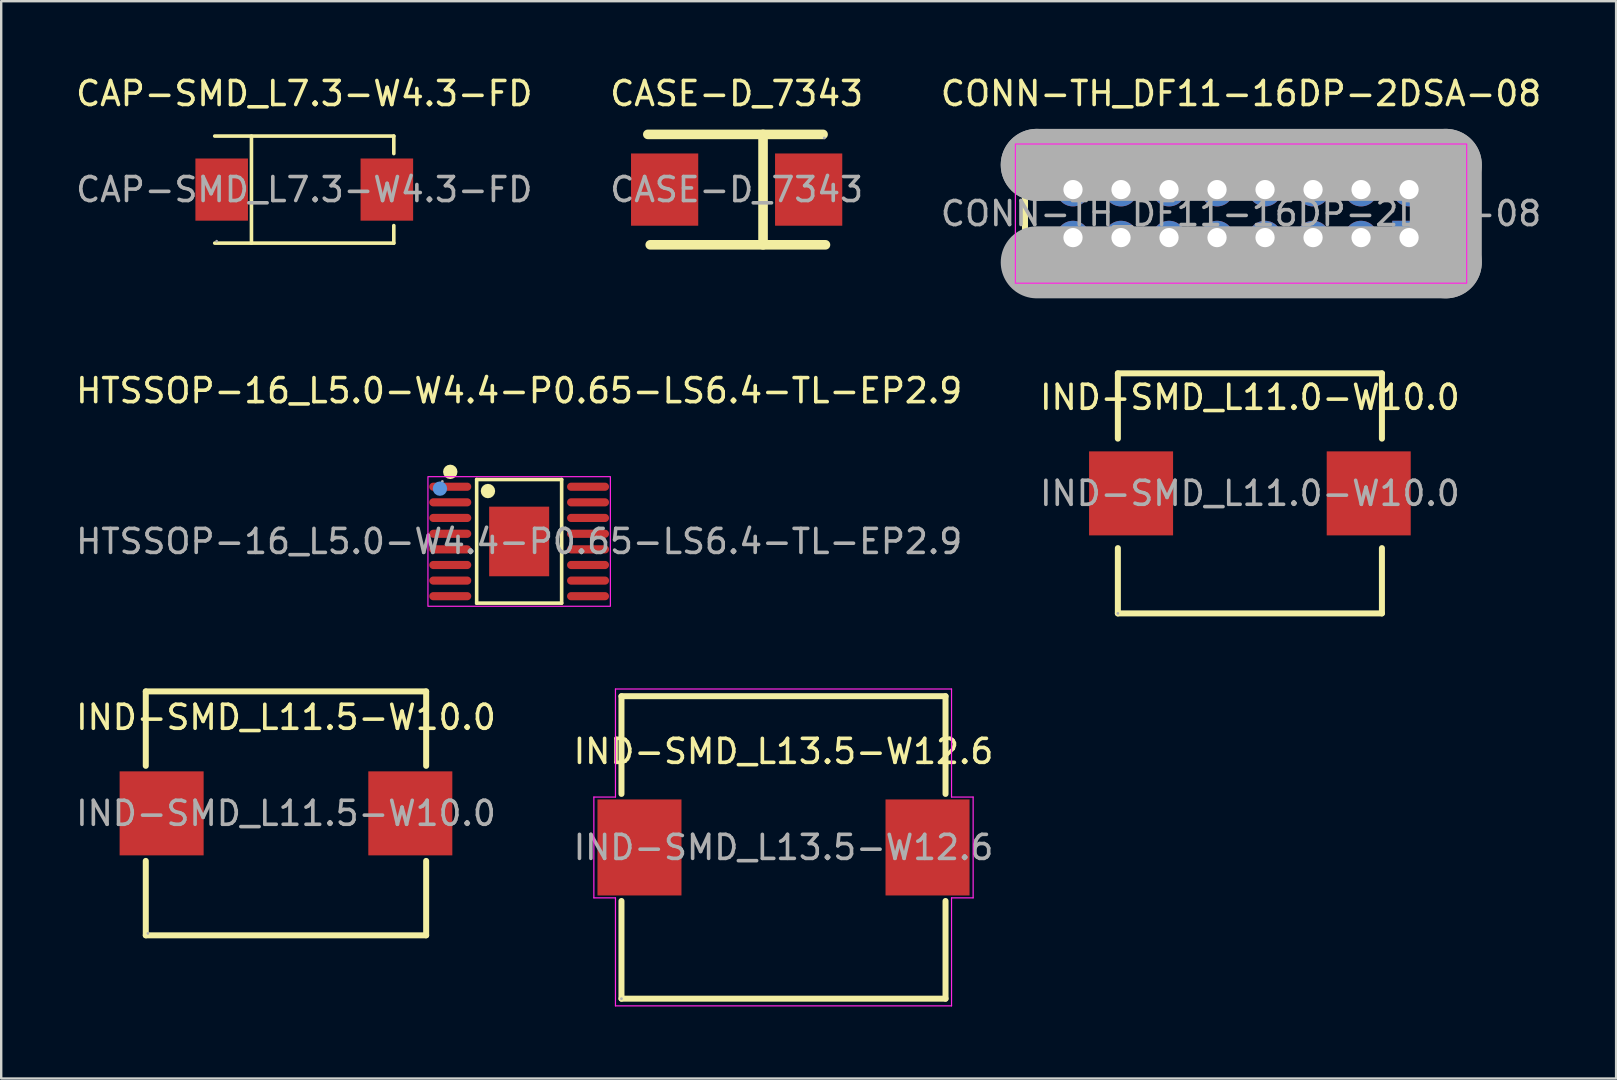
<source format=kicad_pcb>
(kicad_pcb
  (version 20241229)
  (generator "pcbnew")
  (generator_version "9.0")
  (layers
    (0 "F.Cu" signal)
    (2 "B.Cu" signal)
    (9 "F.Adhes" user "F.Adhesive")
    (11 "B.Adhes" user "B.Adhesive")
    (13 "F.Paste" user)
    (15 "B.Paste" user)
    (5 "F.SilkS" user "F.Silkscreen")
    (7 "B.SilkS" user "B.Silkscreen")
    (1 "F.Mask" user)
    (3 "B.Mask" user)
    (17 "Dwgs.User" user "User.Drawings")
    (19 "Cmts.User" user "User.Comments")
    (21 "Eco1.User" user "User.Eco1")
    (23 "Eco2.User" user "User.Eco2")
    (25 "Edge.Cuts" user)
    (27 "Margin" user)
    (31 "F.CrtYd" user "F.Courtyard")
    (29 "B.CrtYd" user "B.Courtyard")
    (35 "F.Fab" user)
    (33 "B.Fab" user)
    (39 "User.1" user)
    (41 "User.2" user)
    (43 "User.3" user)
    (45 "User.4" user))
  (footprint "CASE-D_7343"
    (layer "F.Cu")
    (at 27.637 4.848)
    (property "Reference" "CASE-D_7343" (at 0 -4 0) (layer "F.SilkS") (effects (font (size 1 1) (thickness 0.15))))
    (attr smd)
    (fp_line (start -3.7 -2.3) (end 3.6 -2.3) (stroke (width 0.4) (type solid)) (layer "F.SilkS"))
    (fp_line (start 1.1 2.3) (end 1.1 -2.3) (stroke (width 0.4) (type solid)) (layer "F.SilkS"))
    (fp_line (start 3.7 2.3) (end -3.6 2.3) (stroke (width 0.4) (type solid)) (layer "F.SilkS"))
    (fp_circle (center 3.65 -2.15) (end 3.68 -2.15) (stroke (width 0.06) (type solid)) (fill no) (layer "F.Fab"))
    (fp_text user "${REFERENCE}" (at 0 0 0) (layer "F.Fab") (effects (font (size 1 1) (thickness 0.15))))
    (pad "1" smd rect (at 3 0 180) (size 2.8 3.01) (layers "F.Cu" "F.Mask" "F.Paste"))
    (pad "2" smd rect (at -3 0 180) (size 2.8 3.01) (layers "F.Cu" "F.Mask" "F.Paste")))
  (footprint "IND-SMD_L13.5-W12.6"
    (layer "F.Cu")
    (at 29.589 32.253)
    (property "Reference" "IND-SMD_L13.5-W12.6" (at 0 -4 0) (layer "F.SilkS") (effects (font (size 1 1) (thickness 0.15))))
    (attr smd)
    (fp_line (start -6.75 -6.3) (end 6.75 -6.3) (stroke (width 0.25) (type solid)) (layer "F.SilkS"))
    (fp_line (start -6.75 -2.23) (end -6.75 -6.3) (stroke (width 0.25) (type solid)) (layer "F.SilkS"))
    (fp_line (start -6.75 6.3) (end -6.75 2.23) (stroke (width 0.25) (type solid)) (layer "F.SilkS"))
    (fp_line (start 6.75 -2.23) (end 6.75 -6.3) (stroke (width 0.25) (type solid)) (layer "F.SilkS"))
    (fp_line (start 6.75 6.3) (end -6.75 6.3) (stroke (width 0.25) (type solid)) (layer "F.SilkS"))
    (fp_line (start 6.75 6.3) (end 6.75 2.23) (stroke (width 0.25) (type solid)) (layer "F.SilkS"))
    (fp_line (start -7.9 -2.1) (end -7 -2.1) (stroke (width 0.05) (type default)) (layer "F.CrtYd"))
    (fp_line (start -7.9 2.1) (end -7.9 -2.1) (stroke (width 0.05) (type default)) (layer "F.CrtYd"))
    (fp_line (start -7 -6.6) (end 7 -6.6) (stroke (width 0.05) (type default)) (layer "F.CrtYd"))
    (fp_line (start -7 -2.1) (end -7 -6.6) (stroke (width 0.05) (type default)) (layer "F.CrtYd"))
    (fp_line (start -7 2.1) (end -7.9 2.1) (stroke (width 0.05) (type default)) (layer "F.CrtYd"))
    (fp_line (start -7 6.6) (end -7 2.1) (stroke (width 0.05) (type default)) (layer "F.CrtYd"))
    (fp_line (start 7 -6.6) (end 7 -2.1) (stroke (width 0.05) (type default)) (layer "F.CrtYd"))
    (fp_line (start 7 -2.1) (end 7.9 -2.1) (stroke (width 0.05) (type default)) (layer "F.CrtYd"))
    (fp_line (start 7 2.1) (end 7 6.6) (stroke (width 0.05) (type default)) (layer "F.CrtYd"))
    (fp_line (start 7 6.6) (end -7 6.6) (stroke (width 0.05) (type default)) (layer "F.CrtYd"))
    (fp_line (start 7.9 -2.1) (end 7.9 2.1) (stroke (width 0.05) (type default)) (layer "F.CrtYd"))
    (fp_line (start 7.9 2.1) (end 7 2.1) (stroke (width 0.05) (type default)) (layer "F.CrtYd"))
    (fp_circle (center -6.75 6.3) (end -6.72 6.3) (stroke (width 0.06) (type solid)) (fill no) (layer "F.Fab"))
    (fp_text user "${REFERENCE}" (at 0 0 0) (layer "F.Fab") (effects (font (size 1 1) (thickness 0.15))))
    (pad "1" smd rect (at -6 0 90) (size 4 3.5) (layers "F.Cu" "F.Mask" "F.Paste"))
    (pad "2" smd rect (at 6 0 90) (size 4 3.5) (layers "F.Cu" "F.Mask" "F.Paste")))
  (footprint "CAP-SMD_L7.3-W4.3-FD"
    (layer "F.Cu")
    (at 9.625 4.848)
    (property "Reference" "CAP-SMD_L7.3-W4.3-FD" (at 0 -4 0) (layer "F.SilkS") (effects (font (size 1 1) (thickness 0.15))))
    (attr smd)
    (fp_line (start -3.73 -2.23) (end 3.73 -2.23) (stroke (width 0.15) (type solid)) (layer "F.SilkS"))
    (fp_line (start -3.73 2.23) (end 3.73 2.23) (stroke (width 0.15) (type solid)) (layer "F.SilkS"))
    (fp_line (start -2.2 -2.23) (end -2.2 2.23) (stroke (width 0.15) (type solid)) (layer "F.SilkS"))
    (fp_line (start 3.73 -2.23) (end 3.73 -1.5) (stroke (width 0.15) (type solid)) (layer "F.SilkS"))
    (fp_line (start 3.73 2.23) (end 3.73 1.5) (stroke (width 0.15) (type solid)) (layer "F.SilkS"))
    (fp_circle (center -3.65 2.15) (end -3.62 2.15) (stroke (width 0.06) (type solid)) (fill no) (layer "F.Fab"))
    (fp_text user "${REFERENCE}" (at 0 0 0) (layer "F.Fab") (effects (font (size 1 1) (thickness 0.15))))
    (pad "1" smd rect (at -3.44 0 180) (size 2.19 2.59) (layers "F.Cu" "F.Mask" "F.Paste"))
    (pad "2" smd rect (at 3.44 0 180) (size 2.19 2.59) (layers "F.Cu" "F.Mask" "F.Paste")))
  (footprint "IND-SMD_L11.5-W10.0"
    (layer "F.Cu")
    (at 8.863 30.833)
    (property "Reference" "IND-SMD_L11.5-W10.0" (at 0 -4 0) (layer "F.SilkS") (effects (font (size 1 1) (thickness 0.15))))
    (attr smd)
    (fp_line (start -5.84 -5.08) (end -5.84 -1.98) (stroke (width 0.25) (type solid)) (layer "F.SilkS"))
    (fp_line (start -5.84 1.98) (end -5.84 5.08) (stroke (width 0.25) (type solid)) (layer "F.SilkS"))
    (fp_line (start -5.84 5.08) (end 5.84 5.08) (stroke (width 0.25) (type solid)) (layer "F.SilkS"))
    (fp_line (start 5.84 -5.08) (end -5.84 -5.08) (stroke (width 0.25) (type solid)) (layer "F.SilkS"))
    (fp_line (start 5.84 -1.98) (end 5.84 -5.08) (stroke (width 0.25) (type solid)) (layer "F.SilkS"))
    (fp_line (start 5.84 5.08) (end 5.84 1.98) (stroke (width 0.25) (type solid)) (layer "F.SilkS"))
    (fp_circle (center -5.75 5) (end -5.72 5) (stroke (width 0.06) (type solid)) (fill no) (layer "F.Fab"))
    (fp_text user "${REFERENCE}" (at 0 0 0) (layer "F.Fab") (effects (font (size 1 1) (thickness 0.15))))
    (pad "1" smd rect (at -5.18 0) (size 3.5 3.5) (layers "F.Cu" "F.Mask" "F.Paste"))
    (pad "2" smd rect (at 5.18 0) (size 3.5 3.5) (layers "F.Cu" "F.Mask" "F.Paste")))
  (footprint "IND-SMD_L11.0-W10.0"
    (layer "F.Cu")
    (at 49.018 17.503)
    (property "Reference" "IND-SMD_L11.0-W10.0" (at 0 -4 0) (layer "F.SilkS") (effects (font (size 1 1) (thickness 0.15))))
    (attr through_hole)
    (fp_line (start -5.5 -5) (end 5.5 -5) (stroke (width 0.25) (type solid)) (layer "F.SilkS"))
    (fp_line (start -5.5 -2.28) (end -5.5 -5) (stroke (width 0.25) (type solid)) (layer "F.SilkS"))
    (fp_line (start -5.5 5) (end -5.5 2.28) (stroke (width 0.25) (type solid)) (layer "F.SilkS"))
    (fp_line (start -5.5 5) (end 5.5 5) (stroke (width 0.25) (type solid)) (layer "F.SilkS"))
    (fp_line (start 5.5 -2.28) (end 5.5 -5) (stroke (width 0.25) (type solid)) (layer "F.SilkS"))
    (fp_line (start 5.5 5) (end 5.5 2.28) (stroke (width 0.25) (type solid)) (layer "F.SilkS"))
    (fp_circle (center -5.5 5) (end -5.47 5) (stroke (width 0.06) (type solid)) (fill no) (layer "F.Fab"))
    (fp_text user "${REFERENCE}" (at 0 0 0) (layer "F.Fab") (effects (font (size 1 1) (thickness 0.15))))
    (pad "1" smd rect (at -4.95 0 90) (size 3.5 3.5) (layers "F.Cu" "F.Mask" "F.Paste"))
    (pad "2" smd rect (at 4.95 0 270) (size 3.5 3.5) (layers "F.Cu" "F.Mask" "F.Paste")))
  (footprint "CONN-TH_DF11-16DP-2DSA-08"
    (layer "F.Cu")
    (at 48.649 5.848)
    (property "Reference" "CONN-TH_DF11-16DP-2DSA-08" (at 0 -5 0) (layer "F.SilkS") (effects (font (size 1 1) (thickness 0.15))))
    (attr through_hole)
    (fp_line (start -9 -2.5) (end -9 2.5) (stroke (width 0.25) (type solid)) (layer "F.SilkS"))
    (fp_line (start -9 -2.5) (end 9 -2.5) (stroke (width 0.25) (type solid)) (layer "F.SilkS"))
    (fp_line (start -9 2.5) (end 9 2.5) (stroke (width 0.25) (type solid)) (layer "F.SilkS"))
    (fp_line (start -6.6 2.03) (end -6.6 2.5) (stroke (width 0.25) (type solid)) (layer "F.SilkS"))
    (fp_line (start -4.06 2.03) (end -4.06 2.5) (stroke (width 0.25) (type solid)) (layer "F.SilkS"))
    (fp_line (start 4.08 2.03) (end 4.08 2.5) (stroke (width 0.25) (type solid)) (layer "F.SilkS"))
    (fp_line (start 6.62 2.03) (end 6.62 2.5) (stroke (width 0.25) (type solid)) (layer "F.SilkS"))
    (fp_line (start 9 -2.5) (end 9 2.5) (stroke (width 0.25) (type solid)) (layer "F.SilkS"))
    (fp_rect (start -9.4 -2.9) (end 9.4 2.9) (stroke (width 0.05) (type default)) (fill no) (layer "F.CrtYd"))
    (fp_line (start -8.51 -2.03) (end -8.51 -2.03) (stroke (width 3) (type solid)) (layer "F.Fab"))
    (fp_line (start -8.51 -2.03) (end 8.53 -2.03) (stroke (width 3) (type solid)) (layer "F.Fab"))
    (fp_line (start 8.53 -2.03) (end 8.53 2.03) (stroke (width 3) (type solid)) (layer "F.Fab"))
    (fp_line (start 8.53 2.03) (end -8.51 2.03) (stroke (width 3) (type solid)) (layer "F.Fab"))
    (fp_circle (center 9 2.5) (end 9.03 2.5) (stroke (width 0.06) (type solid)) (fill no) (layer "F.Fab"))
    (fp_text user "${REFERENCE}" (at 0 0 0) (layer "F.Fab") (effects (font (size 1 1) (thickness 0.15))))
    (pad "1" thru_hole rect (at 7 1) (size 1.4 1.4) (drill 0.8) (layers "*.Cu" "*.Mask"))
    (pad "2" thru_hole circle (at 7 -1) (size 1.4 1.4) (drill 0.8) (layers "*.Cu" "*.Mask"))
    (pad "3" thru_hole circle (at 5 1) (size 1.4 1.4) (drill 0.8) (layers "*.Cu" "*.Mask"))
    (pad "4" thru_hole circle (at 5 -1) (size 1.4 1.4) (drill 0.8) (layers "*.Cu" "*.Mask"))
    (pad "5" thru_hole circle (at 3 1) (size 1.4 1.4) (drill 0.8) (layers "*.Cu" "*.Mask"))
    (pad "6" thru_hole circle (at 3 -1) (size 1.4 1.4) (drill 0.8) (layers "*.Cu" "*.Mask"))
    (pad "7" thru_hole circle (at 1 1) (size 1.4 1.4) (drill 0.8) (layers "*.Cu" "*.Mask"))
    (pad "8" thru_hole circle (at 1 -1) (size 1.4 1.4) (drill 0.8) (layers "*.Cu" "*.Mask"))
    (pad "9" thru_hole circle (at -1 1) (size 1.4 1.4) (drill 0.8) (layers "*.Cu" "*.Mask"))
    (pad "10" thru_hole circle (at -1 -1) (size 1.4 1.4) (drill 0.8) (layers "*.Cu" "*.Mask"))
    (pad "11" thru_hole circle (at -3 1) (size 1.4 1.4) (drill 0.8) (layers "*.Cu" "*.Mask"))
    (pad "12" thru_hole circle (at -3 -1) (size 1.4 1.4) (drill 0.8) (layers "*.Cu" "*.Mask"))
    (pad "13" thru_hole circle (at -5 1) (size 1.4 1.4) (drill 0.8) (layers "*.Cu" "*.Mask"))
    (pad "14" thru_hole circle (at -5 -1) (size 1.4 1.4) (drill 0.8) (layers "*.Cu" "*.Mask"))
    (pad "15" thru_hole circle (at -7 1) (size 1.4 1.4) (drill 0.8) (layers "*.Cu" "*.Mask"))
    (pad "16" thru_hole circle (at -7 -1) (size 1.4 1.4) (drill 0.8) (layers "*.Cu" "*.Mask")))
  (footprint "HTSSOP-16_L5.0-W4.4-P0.65-LS6.4-TL-EP2.9"
    (layer "F.Cu")
    (at 18.577 19.506)
    (property "Reference" "HTSSOP-16_L5.0-W4.4-P0.65-LS6.4-TL-EP2.9" (at 0 -6.28 0) (layer "F.SilkS") (effects (font (size 1 1) (thickness 0.15))))
    (attr smd)
    (fp_line (start -1.77 -2.58) (end 1.77 -2.58) (stroke (width 0.15) (type solid)) (layer "F.SilkS"))
    (fp_line (start -1.77 2.57) (end -1.77 -2.58) (stroke (width 0.15) (type solid)) (layer "F.SilkS"))
    (fp_line (start 1.77 -2.58) (end 1.77 2.57) (stroke (width 0.15) (type solid)) (layer "F.SilkS"))
    (fp_line (start 1.77 2.57) (end -1.77 2.57) (stroke (width 0.15) (type solid)) (layer "F.SilkS"))
    (fp_circle (center -2.87 -2.9) (end -2.72 -2.9) (stroke (width 0.3) (type solid)) (fill no) (layer "F.SilkS"))
    (fp_circle (center -1.3 -2.1) (end -1.15 -2.1) (stroke (width 0.3) (type solid)) (fill no) (layer "F.SilkS"))
    (fp_circle (center -3.3 -2.2) (end -3.15 -2.2) (stroke (width 0.3) (type solid)) (fill no) (layer "Cmts.User"))
    (fp_rect (start -3.8 -2.7) (end 3.8 2.7) (stroke (width 0.05) (type default)) (fill no) (layer "F.CrtYd"))
    (fp_circle (center -3.2 -2.5) (end -3.17 -2.5) (stroke (width 0.06) (type solid)) (fill no) (layer "F.Fab"))
    (fp_text user "${REFERENCE}" (at 0 0 0) (layer "F.Fab") (effects (font (size 1 1) (thickness 0.15))))
    (pad "1" smd oval (at -2.87 -2.28) (size 1.75 0.34) (layers "F.Cu" "F.Mask" "F.Paste"))
    (pad "2" smd oval (at -2.87 -1.63) (size 1.75 0.34) (layers "F.Cu" "F.Mask" "F.Paste"))
    (pad "3" smd oval (at -2.87 -0.98) (size 1.75 0.34) (layers "F.Cu" "F.Mask" "F.Paste"))
    (pad "4" smd oval (at -2.87 -0.32) (size 1.75 0.34) (layers "F.Cu" "F.Mask" "F.Paste"))
    (pad "5" smd oval (at -2.87 0.33) (size 1.75 0.34) (layers "F.Cu" "F.Mask" "F.Paste"))
    (pad "6" smd oval (at -2.87 0.98) (size 1.75 0.34) (layers "F.Cu" "F.Mask" "F.Paste"))
    (pad "7" smd oval (at -2.87 1.63) (size 1.75 0.34) (layers "F.Cu" "F.Mask" "F.Paste"))
    (pad "8" smd oval (at -2.87 2.28) (size 1.75 0.34) (layers "F.Cu" "F.Mask" "F.Paste"))
    (pad "9" smd oval (at 2.87 2.28) (size 1.75 0.34) (layers "F.Cu" "F.Mask" "F.Paste"))
    (pad "10" smd oval (at 2.87 1.63) (size 1.75 0.34) (layers "F.Cu" "F.Mask" "F.Paste"))
    (pad "11" smd oval (at 2.87 0.98) (size 1.75 0.34) (layers "F.Cu" "F.Mask" "F.Paste"))
    (pad "12" smd oval (at 2.87 0.33) (size 1.75 0.34) (layers "F.Cu" "F.Mask" "F.Paste"))
    (pad "13" smd oval (at 2.87 -0.32) (size 1.75 0.34) (layers "F.Cu" "F.Mask" "F.Paste"))
    (pad "14" smd oval (at 2.87 -0.98) (size 1.75 0.34) (layers "F.Cu" "F.Mask" "F.Paste"))
    (pad "15" smd oval (at 2.87 -1.63) (size 1.75 0.34) (layers "F.Cu" "F.Mask" "F.Paste"))
    (pad "16" smd oval (at 2.87 -2.28) (size 1.75 0.34) (layers "F.Cu" "F.Mask" "F.Paste"))
    (pad "17" smd rect (at 0 0) (size 2.5 2.9) (layers "F.Cu" "F.Mask" "F.Paste")))
  (gr_rect
    (start -3 -3)
    (end 64.274 41.878)
    (stroke (width 0.1) (type default))
    (fill no)
    (layer "Edge.Cuts")))
</source>
